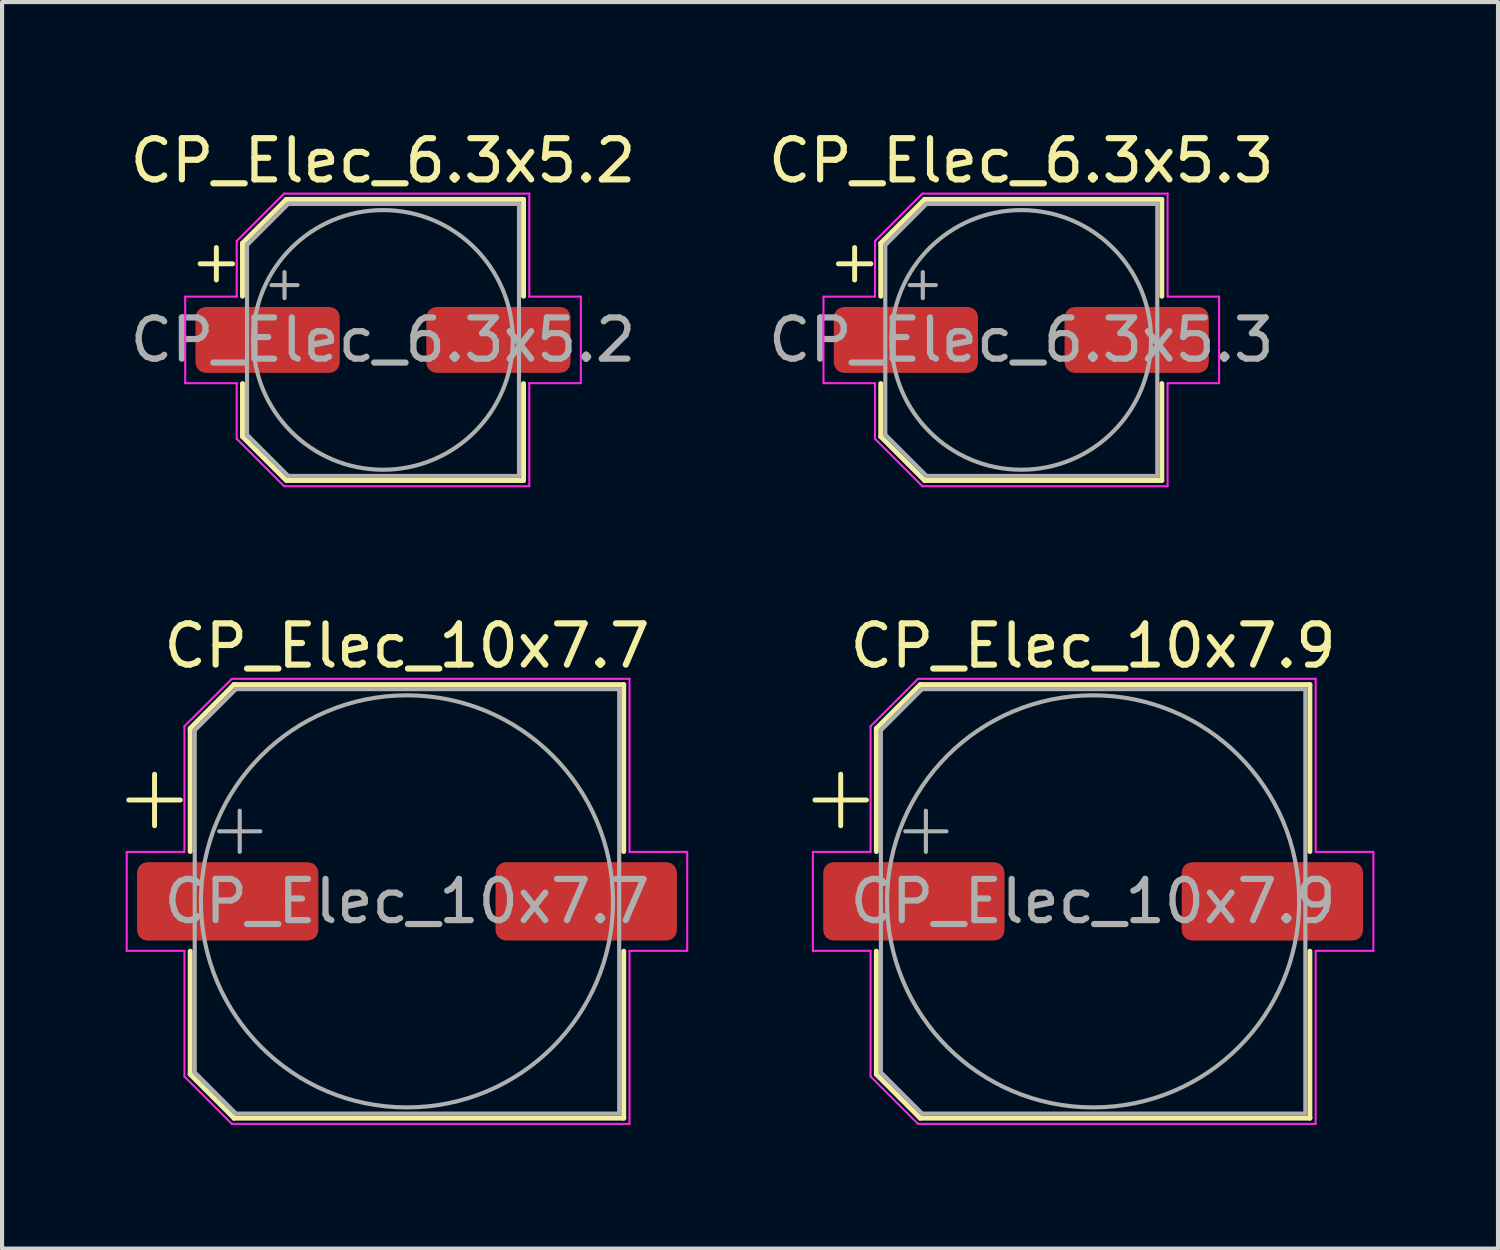
<source format=kicad_pcb>
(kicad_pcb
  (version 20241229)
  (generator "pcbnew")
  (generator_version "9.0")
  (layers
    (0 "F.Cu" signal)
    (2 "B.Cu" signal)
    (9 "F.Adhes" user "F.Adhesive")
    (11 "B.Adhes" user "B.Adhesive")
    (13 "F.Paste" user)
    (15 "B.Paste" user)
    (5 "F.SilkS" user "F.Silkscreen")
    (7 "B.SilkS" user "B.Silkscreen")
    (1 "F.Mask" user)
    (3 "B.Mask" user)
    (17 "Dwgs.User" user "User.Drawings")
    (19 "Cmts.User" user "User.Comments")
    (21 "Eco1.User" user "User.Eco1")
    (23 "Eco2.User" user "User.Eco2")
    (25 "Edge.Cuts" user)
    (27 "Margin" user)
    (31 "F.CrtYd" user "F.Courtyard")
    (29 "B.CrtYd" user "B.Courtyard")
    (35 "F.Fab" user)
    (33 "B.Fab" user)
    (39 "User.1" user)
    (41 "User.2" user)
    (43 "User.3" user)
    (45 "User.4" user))
  (footprint "CP_Elec_6.3x5.3"
    (layer "F.Cu")
    (at 21.732 5.198)
    (property "Reference" "CP_Elec_6.3x5.3" (at 0 -4.35 0) (layer "F.SilkS") (effects (font (size 1 1) (thickness 0.15))))
    (attr smd)
    (fp_line (start -4.438 -1.847) (end -3.65 -1.847) (stroke (width 0.12) (type solid)) (layer "F.SilkS"))
    (fp_line (start -4.044 -2.241) (end -4.044 -1.454) (stroke (width 0.12) (type solid)) (layer "F.SilkS"))
    (fp_line (start -3.41 -2.346) (end -3.41 -1.06) (stroke (width 0.12) (type solid)) (layer "F.SilkS"))
    (fp_line (start -3.41 -2.346) (end -2.346 -3.41) (stroke (width 0.12) (type solid)) (layer "F.SilkS"))
    (fp_line (start -3.41 2.346) (end -3.41 1.06) (stroke (width 0.12) (type solid)) (layer "F.SilkS"))
    (fp_line (start -3.41 2.346) (end -2.346 3.41) (stroke (width 0.12) (type solid)) (layer "F.SilkS"))
    (fp_line (start -2.346 -3.41) (end 3.41 -3.41) (stroke (width 0.12) (type solid)) (layer "F.SilkS"))
    (fp_line (start -2.346 3.41) (end 3.41 3.41) (stroke (width 0.12) (type solid)) (layer "F.SilkS"))
    (fp_line (start 3.41 -3.41) (end 3.41 -1.06) (stroke (width 0.12) (type solid)) (layer "F.SilkS"))
    (fp_line (start 3.41 3.41) (end 3.41 1.06) (stroke (width 0.12) (type solid)) (layer "F.SilkS"))
    (fp_line (start -4.8 -1.05) (end -4.8 1.05) (stroke (width 0.05) (type solid)) (layer "F.CrtYd"))
    (fp_line (start -4.8 1.05) (end -3.55 1.05) (stroke (width 0.05) (type solid)) (layer "F.CrtYd"))
    (fp_line (start -3.55 -2.4) (end -3.55 -1.05) (stroke (width 0.05) (type solid)) (layer "F.CrtYd"))
    (fp_line (start -3.55 -2.4) (end -2.4 -3.55) (stroke (width 0.05) (type solid)) (layer "F.CrtYd"))
    (fp_line (start -3.55 -1.05) (end -4.8 -1.05) (stroke (width 0.05) (type solid)) (layer "F.CrtYd"))
    (fp_line (start -3.55 1.05) (end -3.55 2.4) (stroke (width 0.05) (type solid)) (layer "F.CrtYd"))
    (fp_line (start -3.55 2.4) (end -2.4 3.55) (stroke (width 0.05) (type solid)) (layer "F.CrtYd"))
    (fp_line (start -2.4 -3.55) (end 3.55 -3.55) (stroke (width 0.05) (type solid)) (layer "F.CrtYd"))
    (fp_line (start -2.4 3.55) (end 3.55 3.55) (stroke (width 0.05) (type solid)) (layer "F.CrtYd"))
    (fp_line (start 3.55 -3.55) (end 3.55 -1.05) (stroke (width 0.05) (type solid)) (layer "F.CrtYd"))
    (fp_line (start 3.55 -1.05) (end 4.8 -1.05) (stroke (width 0.05) (type solid)) (layer "F.CrtYd"))
    (fp_line (start 3.55 1.05) (end 3.55 3.55) (stroke (width 0.05) (type solid)) (layer "F.CrtYd"))
    (fp_line (start 4.8 -1.05) (end 4.8 1.05) (stroke (width 0.05) (type solid)) (layer "F.CrtYd"))
    (fp_line (start 4.8 1.05) (end 3.55 1.05) (stroke (width 0.05) (type solid)) (layer "F.CrtYd"))
    (fp_line (start -3.3 -2.3) (end -3.3 2.3) (stroke (width 0.1) (type solid)) (layer "F.Fab"))
    (fp_line (start -3.3 -2.3) (end -2.3 -3.3) (stroke (width 0.1) (type solid)) (layer "F.Fab"))
    (fp_line (start -3.3 2.3) (end -2.3 3.3) (stroke (width 0.1) (type solid)) (layer "F.Fab"))
    (fp_line (start -2.705 -1.33) (end -2.075 -1.33) (stroke (width 0.1) (type solid)) (layer "F.Fab"))
    (fp_line (start -2.39 -1.645) (end -2.39 -1.015) (stroke (width 0.1) (type solid)) (layer "F.Fab"))
    (fp_line (start -2.3 -3.3) (end 3.3 -3.3) (stroke (width 0.1) (type solid)) (layer "F.Fab"))
    (fp_line (start -2.3 3.3) (end 3.3 3.3) (stroke (width 0.1) (type solid)) (layer "F.Fab"))
    (fp_line (start 3.3 -3.3) (end 3.3 3.3) (stroke (width 0.1) (type solid)) (layer "F.Fab"))
    (fp_circle (center 0 0) (end 3.15 0) (stroke (width 0.1) (type solid)) (fill no) (layer "F.Fab"))
    (fp_text user "${REFERENCE}" (at 0 0 0) (layer "F.Fab") (effects (font (size 1 1) (thickness 0.15))))
    (pad "1" smd roundrect (at -2.8 0) (size 3.5 1.6) (layers "F.Cu" "F.Mask" "F.Paste") (roundrect_rratio 0.156))
    (pad "2" smd roundrect (at 2.8 0) (size 3.5 1.6) (layers "F.Cu" "F.Mask" "F.Paste") (roundrect_rratio 0.156)))
  (footprint "CP_Elec_10x7.9"
    (layer "F.Cu")
    (at 23.475 18.822)
    (property "Reference" "CP_Elec_10x7.9" (at 0 -6.2 0) (layer "F.SilkS") (effects (font (size 1 1) (thickness 0.15))))
    (attr smd)
    (fp_line (start -6.75 -2.46) (end -5.5 -2.46) (stroke (width 0.12) (type solid)) (layer "F.SilkS"))
    (fp_line (start -6.125 -3.085) (end -6.125 -1.835) (stroke (width 0.12) (type solid)) (layer "F.SilkS"))
    (fp_line (start -5.26 -4.196) (end -5.26 -1.21) (stroke (width 0.12) (type solid)) (layer "F.SilkS"))
    (fp_line (start -5.26 -4.196) (end -4.196 -5.26) (stroke (width 0.12) (type solid)) (layer "F.SilkS"))
    (fp_line (start -5.26 4.196) (end -5.26 1.21) (stroke (width 0.12) (type solid)) (layer "F.SilkS"))
    (fp_line (start -5.26 4.196) (end -4.196 5.26) (stroke (width 0.12) (type solid)) (layer "F.SilkS"))
    (fp_line (start -4.196 -5.26) (end 5.26 -5.26) (stroke (width 0.12) (type solid)) (layer "F.SilkS"))
    (fp_line (start -4.196 5.26) (end 5.26 5.26) (stroke (width 0.12) (type solid)) (layer "F.SilkS"))
    (fp_line (start 5.26 -5.26) (end 5.26 -1.21) (stroke (width 0.12) (type solid)) (layer "F.SilkS"))
    (fp_line (start 5.26 5.26) (end 5.26 1.21) (stroke (width 0.12) (type solid)) (layer "F.SilkS"))
    (fp_line (start -6.8 -1.2) (end -6.8 1.2) (stroke (width 0.05) (type solid)) (layer "F.CrtYd"))
    (fp_line (start -6.8 1.2) (end -5.4 1.2) (stroke (width 0.05) (type solid)) (layer "F.CrtYd"))
    (fp_line (start -5.4 -4.25) (end -5.4 -1.2) (stroke (width 0.05) (type solid)) (layer "F.CrtYd"))
    (fp_line (start -5.4 -4.25) (end -4.25 -5.4) (stroke (width 0.05) (type solid)) (layer "F.CrtYd"))
    (fp_line (start -5.4 -1.2) (end -6.8 -1.2) (stroke (width 0.05) (type solid)) (layer "F.CrtYd"))
    (fp_line (start -5.4 1.2) (end -5.4 4.25) (stroke (width 0.05) (type solid)) (layer "F.CrtYd"))
    (fp_line (start -5.4 4.25) (end -4.25 5.4) (stroke (width 0.05) (type solid)) (layer "F.CrtYd"))
    (fp_line (start -4.25 -5.4) (end 5.4 -5.4) (stroke (width 0.05) (type solid)) (layer "F.CrtYd"))
    (fp_line (start -4.25 5.4) (end 5.4 5.4) (stroke (width 0.05) (type solid)) (layer "F.CrtYd"))
    (fp_line (start 5.4 -5.4) (end 5.4 -1.2) (stroke (width 0.05) (type solid)) (layer "F.CrtYd"))
    (fp_line (start 5.4 -1.2) (end 6.8 -1.2) (stroke (width 0.05) (type solid)) (layer "F.CrtYd"))
    (fp_line (start 5.4 1.2) (end 5.4 5.4) (stroke (width 0.05) (type solid)) (layer "F.CrtYd"))
    (fp_line (start 6.8 -1.2) (end 6.8 1.2) (stroke (width 0.05) (type solid)) (layer "F.CrtYd"))
    (fp_line (start 6.8 1.2) (end 5.4 1.2) (stroke (width 0.05) (type solid)) (layer "F.CrtYd"))
    (fp_line (start -5.15 -4.15) (end -5.15 4.15) (stroke (width 0.1) (type solid)) (layer "F.Fab"))
    (fp_line (start -5.15 -4.15) (end -4.15 -5.15) (stroke (width 0.1) (type solid)) (layer "F.Fab"))
    (fp_line (start -5.15 4.15) (end -4.15 5.15) (stroke (width 0.1) (type solid)) (layer "F.Fab"))
    (fp_line (start -4.558 -1.7) (end -3.558 -1.7) (stroke (width 0.1) (type solid)) (layer "F.Fab"))
    (fp_line (start -4.15 -5.15) (end 5.15 -5.15) (stroke (width 0.1) (type solid)) (layer "F.Fab"))
    (fp_line (start -4.15 5.15) (end 5.15 5.15) (stroke (width 0.1) (type solid)) (layer "F.Fab"))
    (fp_line (start -4.058 -2.2) (end -4.058 -1.2) (stroke (width 0.1) (type solid)) (layer "F.Fab"))
    (fp_line (start 5.15 -5.15) (end 5.15 5.15) (stroke (width 0.1) (type solid)) (layer "F.Fab"))
    (fp_circle (center 0 0) (end 5 0) (stroke (width 0.1) (type solid)) (fill no) (layer "F.Fab"))
    (fp_text user "${REFERENCE}" (at 0 0 0) (layer "F.Fab") (effects (font (size 1 1) (thickness 0.15))))
    (pad "1" smd roundrect (at -4.35 0) (size 4.4 1.9) (layers "F.Cu" "F.Mask" "F.Paste") (roundrect_rratio 0.132))
    (pad "2" smd roundrect (at 4.35 0) (size 4.4 1.9) (layers "F.Cu" "F.Mask" "F.Paste") (roundrect_rratio 0.132)))
  (footprint "CP_Elec_10x7.7"
    (layer "F.Cu")
    (at 6.825 18.822)
    (property "Reference" "CP_Elec_10x7.7" (at 0 -6.2 0) (layer "F.SilkS") (effects (font (size 1 1) (thickness 0.15))))
    (attr smd)
    (fp_line (start -6.75 -2.46) (end -5.5 -2.46) (stroke (width 0.12) (type solid)) (layer "F.SilkS"))
    (fp_line (start -6.125 -3.085) (end -6.125 -1.835) (stroke (width 0.12) (type solid)) (layer "F.SilkS"))
    (fp_line (start -5.26 -4.196) (end -5.26 -1.21) (stroke (width 0.12) (type solid)) (layer "F.SilkS"))
    (fp_line (start -5.26 -4.196) (end -4.196 -5.26) (stroke (width 0.12) (type solid)) (layer "F.SilkS"))
    (fp_line (start -5.26 4.196) (end -5.26 1.21) (stroke (width 0.12) (type solid)) (layer "F.SilkS"))
    (fp_line (start -5.26 4.196) (end -4.196 5.26) (stroke (width 0.12) (type solid)) (layer "F.SilkS"))
    (fp_line (start -4.196 -5.26) (end 5.26 -5.26) (stroke (width 0.12) (type solid)) (layer "F.SilkS"))
    (fp_line (start -4.196 5.26) (end 5.26 5.26) (stroke (width 0.12) (type solid)) (layer "F.SilkS"))
    (fp_line (start 5.26 -5.26) (end 5.26 -1.21) (stroke (width 0.12) (type solid)) (layer "F.SilkS"))
    (fp_line (start 5.26 5.26) (end 5.26 1.21) (stroke (width 0.12) (type solid)) (layer "F.SilkS"))
    (fp_line (start -6.8 -1.2) (end -6.8 1.2) (stroke (width 0.05) (type solid)) (layer "F.CrtYd"))
    (fp_line (start -6.8 1.2) (end -5.4 1.2) (stroke (width 0.05) (type solid)) (layer "F.CrtYd"))
    (fp_line (start -5.4 -4.25) (end -5.4 -1.2) (stroke (width 0.05) (type solid)) (layer "F.CrtYd"))
    (fp_line (start -5.4 -4.25) (end -4.25 -5.4) (stroke (width 0.05) (type solid)) (layer "F.CrtYd"))
    (fp_line (start -5.4 -1.2) (end -6.8 -1.2) (stroke (width 0.05) (type solid)) (layer "F.CrtYd"))
    (fp_line (start -5.4 1.2) (end -5.4 4.25) (stroke (width 0.05) (type solid)) (layer "F.CrtYd"))
    (fp_line (start -5.4 4.25) (end -4.25 5.4) (stroke (width 0.05) (type solid)) (layer "F.CrtYd"))
    (fp_line (start -4.25 -5.4) (end 5.4 -5.4) (stroke (width 0.05) (type solid)) (layer "F.CrtYd"))
    (fp_line (start -4.25 5.4) (end 5.4 5.4) (stroke (width 0.05) (type solid)) (layer "F.CrtYd"))
    (fp_line (start 5.4 -5.4) (end 5.4 -1.2) (stroke (width 0.05) (type solid)) (layer "F.CrtYd"))
    (fp_line (start 5.4 -1.2) (end 6.8 -1.2) (stroke (width 0.05) (type solid)) (layer "F.CrtYd"))
    (fp_line (start 5.4 1.2) (end 5.4 5.4) (stroke (width 0.05) (type solid)) (layer "F.CrtYd"))
    (fp_line (start 6.8 -1.2) (end 6.8 1.2) (stroke (width 0.05) (type solid)) (layer "F.CrtYd"))
    (fp_line (start 6.8 1.2) (end 5.4 1.2) (stroke (width 0.05) (type solid)) (layer "F.CrtYd"))
    (fp_line (start -5.15 -4.15) (end -5.15 4.15) (stroke (width 0.1) (type solid)) (layer "F.Fab"))
    (fp_line (start -5.15 -4.15) (end -4.15 -5.15) (stroke (width 0.1) (type solid)) (layer "F.Fab"))
    (fp_line (start -5.15 4.15) (end -4.15 5.15) (stroke (width 0.1) (type solid)) (layer "F.Fab"))
    (fp_line (start -4.558 -1.7) (end -3.558 -1.7) (stroke (width 0.1) (type solid)) (layer "F.Fab"))
    (fp_line (start -4.15 -5.15) (end 5.15 -5.15) (stroke (width 0.1) (type solid)) (layer "F.Fab"))
    (fp_line (start -4.15 5.15) (end 5.15 5.15) (stroke (width 0.1) (type solid)) (layer "F.Fab"))
    (fp_line (start -4.058 -2.2) (end -4.058 -1.2) (stroke (width 0.1) (type solid)) (layer "F.Fab"))
    (fp_line (start 5.15 -5.15) (end 5.15 5.15) (stroke (width 0.1) (type solid)) (layer "F.Fab"))
    (fp_circle (center 0 0) (end 5 0) (stroke (width 0.1) (type solid)) (fill no) (layer "F.Fab"))
    (fp_text user "${REFERENCE}" (at 0 0 0) (layer "F.Fab") (effects (font (size 1 1) (thickness 0.15))))
    (pad "1" smd roundrect (at -4.35 0) (size 4.4 1.9) (layers "F.Cu" "F.Mask" "F.Paste") (roundrect_rratio 0.132))
    (pad "2" smd roundrect (at 4.35 0) (size 4.4 1.9) (layers "F.Cu" "F.Mask" "F.Paste") (roundrect_rratio 0.132)))
  (footprint "CP_Elec_6.3x5.2"
    (layer "F.Cu")
    (at 6.244 5.198)
    (property "Reference" "CP_Elec_6.3x5.2" (at 0 -4.35 0) (layer "F.SilkS") (effects (font (size 1 1) (thickness 0.15))))
    (attr smd)
    (fp_line (start -4.438 -1.847) (end -3.65 -1.847) (stroke (width 0.12) (type solid)) (layer "F.SilkS"))
    (fp_line (start -4.044 -2.241) (end -4.044 -1.454) (stroke (width 0.12) (type solid)) (layer "F.SilkS"))
    (fp_line (start -3.41 -2.346) (end -3.41 -1.06) (stroke (width 0.12) (type solid)) (layer "F.SilkS"))
    (fp_line (start -3.41 -2.346) (end -2.346 -3.41) (stroke (width 0.12) (type solid)) (layer "F.SilkS"))
    (fp_line (start -3.41 2.346) (end -3.41 1.06) (stroke (width 0.12) (type solid)) (layer "F.SilkS"))
    (fp_line (start -3.41 2.346) (end -2.346 3.41) (stroke (width 0.12) (type solid)) (layer "F.SilkS"))
    (fp_line (start -2.346 -3.41) (end 3.41 -3.41) (stroke (width 0.12) (type solid)) (layer "F.SilkS"))
    (fp_line (start -2.346 3.41) (end 3.41 3.41) (stroke (width 0.12) (type solid)) (layer "F.SilkS"))
    (fp_line (start 3.41 -3.41) (end 3.41 -1.06) (stroke (width 0.12) (type solid)) (layer "F.SilkS"))
    (fp_line (start 3.41 3.41) (end 3.41 1.06) (stroke (width 0.12) (type solid)) (layer "F.SilkS"))
    (fp_line (start -4.8 -1.05) (end -4.8 1.05) (stroke (width 0.05) (type solid)) (layer "F.CrtYd"))
    (fp_line (start -4.8 1.05) (end -3.55 1.05) (stroke (width 0.05) (type solid)) (layer "F.CrtYd"))
    (fp_line (start -3.55 -2.4) (end -3.55 -1.05) (stroke (width 0.05) (type solid)) (layer "F.CrtYd"))
    (fp_line (start -3.55 -2.4) (end -2.4 -3.55) (stroke (width 0.05) (type solid)) (layer "F.CrtYd"))
    (fp_line (start -3.55 -1.05) (end -4.8 -1.05) (stroke (width 0.05) (type solid)) (layer "F.CrtYd"))
    (fp_line (start -3.55 1.05) (end -3.55 2.4) (stroke (width 0.05) (type solid)) (layer "F.CrtYd"))
    (fp_line (start -3.55 2.4) (end -2.4 3.55) (stroke (width 0.05) (type solid)) (layer "F.CrtYd"))
    (fp_line (start -2.4 -3.55) (end 3.55 -3.55) (stroke (width 0.05) (type solid)) (layer "F.CrtYd"))
    (fp_line (start -2.4 3.55) (end 3.55 3.55) (stroke (width 0.05) (type solid)) (layer "F.CrtYd"))
    (fp_line (start 3.55 -3.55) (end 3.55 -1.05) (stroke (width 0.05) (type solid)) (layer "F.CrtYd"))
    (fp_line (start 3.55 -1.05) (end 4.8 -1.05) (stroke (width 0.05) (type solid)) (layer "F.CrtYd"))
    (fp_line (start 3.55 1.05) (end 3.55 3.55) (stroke (width 0.05) (type solid)) (layer "F.CrtYd"))
    (fp_line (start 4.8 -1.05) (end 4.8 1.05) (stroke (width 0.05) (type solid)) (layer "F.CrtYd"))
    (fp_line (start 4.8 1.05) (end 3.55 1.05) (stroke (width 0.05) (type solid)) (layer "F.CrtYd"))
    (fp_line (start -3.3 -2.3) (end -3.3 2.3) (stroke (width 0.1) (type solid)) (layer "F.Fab"))
    (fp_line (start -3.3 -2.3) (end -2.3 -3.3) (stroke (width 0.1) (type solid)) (layer "F.Fab"))
    (fp_line (start -3.3 2.3) (end -2.3 3.3) (stroke (width 0.1) (type solid)) (layer "F.Fab"))
    (fp_line (start -2.705 -1.33) (end -2.075 -1.33) (stroke (width 0.1) (type solid)) (layer "F.Fab"))
    (fp_line (start -2.39 -1.645) (end -2.39 -1.015) (stroke (width 0.1) (type solid)) (layer "F.Fab"))
    (fp_line (start -2.3 -3.3) (end 3.3 -3.3) (stroke (width 0.1) (type solid)) (layer "F.Fab"))
    (fp_line (start -2.3 3.3) (end 3.3 3.3) (stroke (width 0.1) (type solid)) (layer "F.Fab"))
    (fp_line (start 3.3 -3.3) (end 3.3 3.3) (stroke (width 0.1) (type solid)) (layer "F.Fab"))
    (fp_circle (center 0 0) (end 3.15 0) (stroke (width 0.1) (type solid)) (fill no) (layer "F.Fab"))
    (fp_text user "${REFERENCE}" (at 0 0 0) (layer "F.Fab") (effects (font (size 1 1) (thickness 0.15))))
    (pad "1" smd roundrect (at -2.8 0) (size 3.5 1.6) (layers "F.Cu" "F.Mask" "F.Paste") (roundrect_rratio 0.156))
    (pad "2" smd roundrect (at 2.8 0) (size 3.5 1.6) (layers "F.Cu" "F.Mask" "F.Paste") (roundrect_rratio 0.156)))
  (gr_rect
    (start -3 -3)
    (end 33.3 27.247)
    (stroke (width 0.1) (type default))
    (fill no)
    (layer "Edge.Cuts")))
</source>
